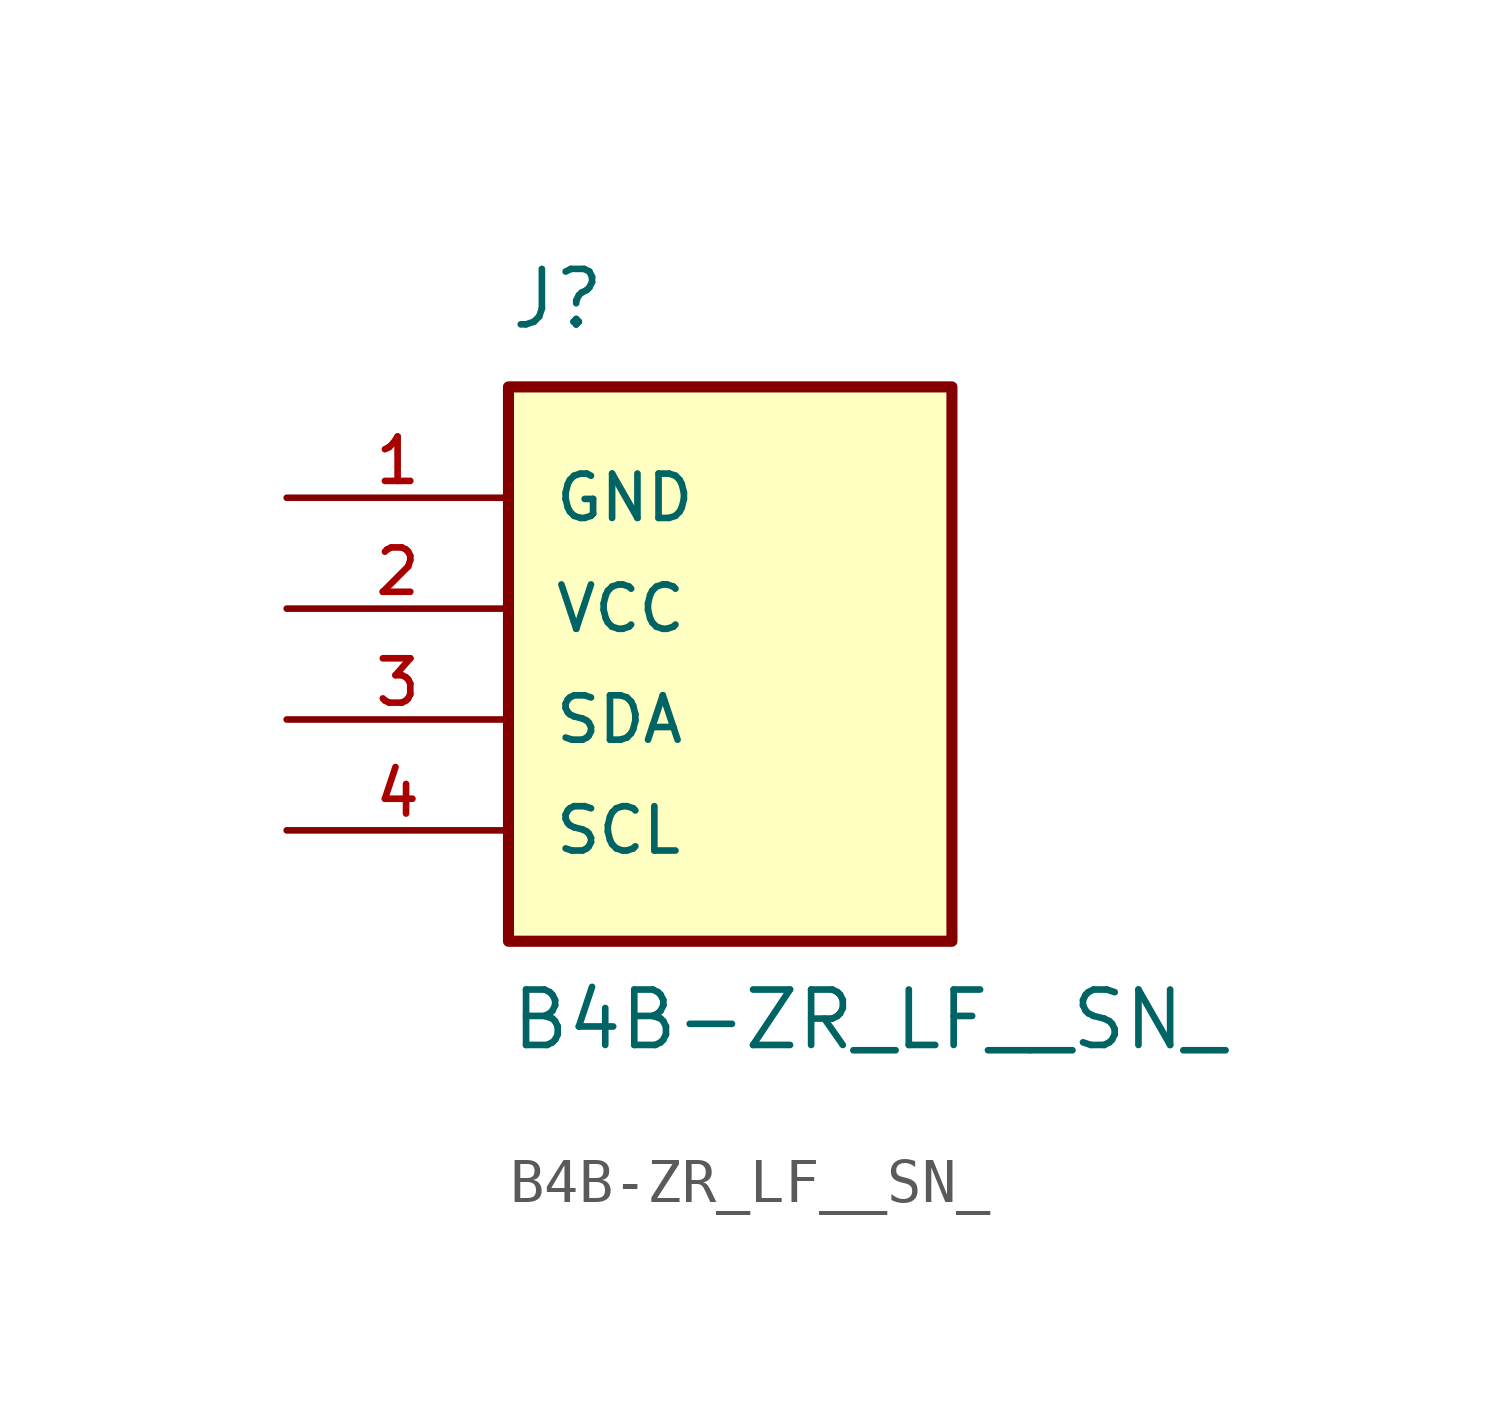
<source format=kicad_sym>
(kicad_symbol_lib
  (version 20220914)
  (generator kicad_symbol_editor)
  (symbol "B4B-ZR_LF__SN_"
    (pin_names
      (offset 1.016))
    (property "Reference" "J"
      (at -3.81 8.89 0)
      (effects (font (size 1.27 1.27)) (justify left bottom)))
    (property "Value" "B4B-ZR_LF__SN_"
      (at -3.81 -7.62 0)
      (effects (font (size 1.27 1.27)) (justify left bottom)))
    (symbol "B4B-ZR_LF__SN__0_0"
      (rectangle (start -3.81 7.62) (end 6.35 -5.08) (stroke (width 0.254) (type default)) (fill (type background))))
    (symbol "B4B-ZR_LF__SN__1_0"
      (pin passive line (at -8.89 5.08 0) (length 5.08) (name "GND" (effects (font (size 1.016 1.016)))) (number "1" (effects (font (size 1.016 1.016)))))
      (pin passive line (at -8.89 2.54 0) (length 5.08) (name "VCC" (effects (font (size 1.016 1.016)))) (number "2" (effects (font (size 1.016 1.016)))))
      (pin passive line (at -8.89 0 0) (length 5.08) (name "SDA" (effects (font (size 1.016 1.016)))) (number "3" (effects (font (size 1.016 1.016)))))
      (pin passive line (at -8.89 -2.54 0) (length 5.08) (name "SCL" (effects (font (size 1.016 1.016)))) (number "4" (effects (font (size 1.016 1.016))))))))
</source>
